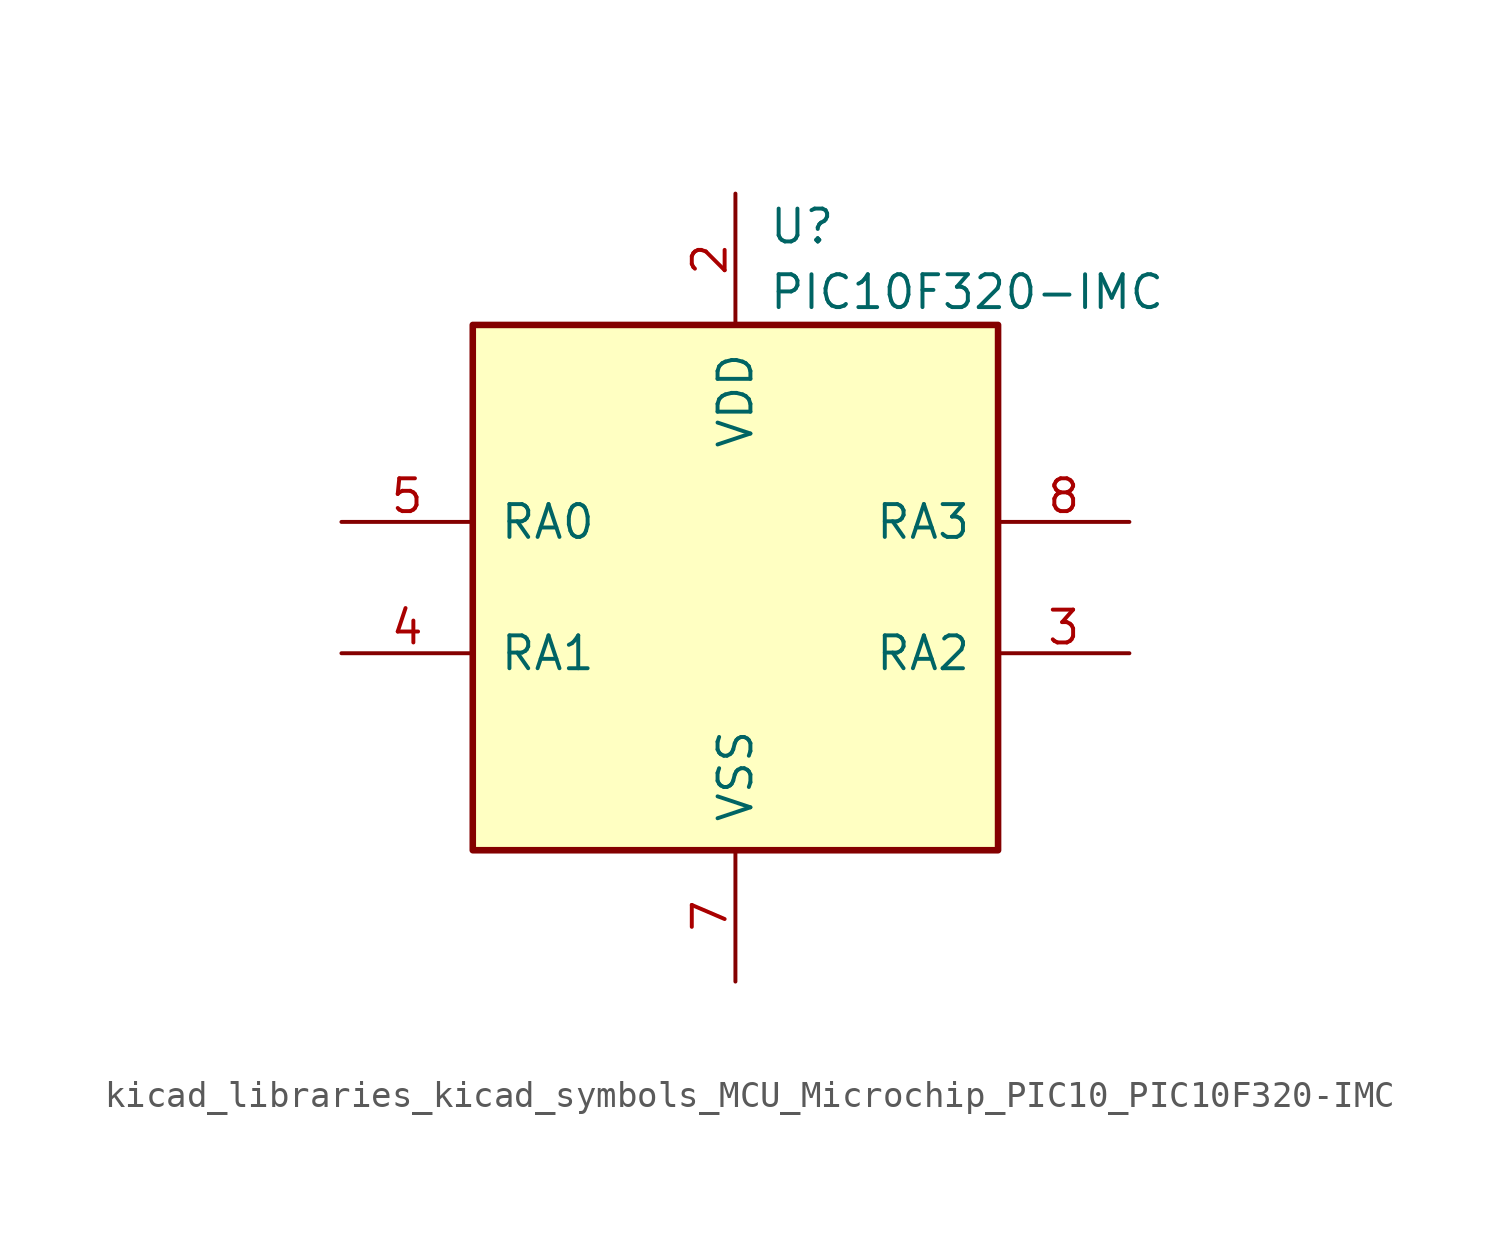
<source format=kicad_sym>
(kicad_symbol_lib
  (version 20220914)
  (generator kicad_symbol_editor)
  (symbol "kicad_libraries_kicad_symbols_MCU_Microchip_PIC10_PIC10F320-IMC"
    (pin_names
      (offset 1.016))
    (property "Reference" "U"
      (at 1.27 13.97 0)
      (effects (font (size 1.27 1.27)) (justify left)))
    (property "Value" "PIC10F320-IMC"
      (at 1.27 11.43 0)
      (effects (font (size 1.27 1.27)) (justify left)))
    (symbol "kicad_libraries_kicad_symbols_MCU_Microchip_PIC10_PIC10F320-IMC_0_1"
      (rectangle (start -10.16 10.16) (end 10.16 -10.16) (stroke (width 0.254) (type default)) (fill (type background))))
    (symbol "kicad_libraries_kicad_symbols_MCU_Microchip_PIC10_PIC10F320-IMC_1_1"
      (pin power_in line (at 0 15.24 270) (length 5.08) (name "VDD" (effects (font (size 1.27 1.27)))) (number "2" (effects (font (size 1.27 1.27)))))
      (pin bidirectional line (at 15.24 -2.54 180) (length 5.08) (name "RA2" (effects (font (size 1.27 1.27)))) (number "3" (effects (font (size 1.27 1.27)))))
      (pin bidirectional line (at -15.24 -2.54 0) (length 5.08) (name "RA1" (effects (font (size 1.27 1.27)))) (number "4" (effects (font (size 1.27 1.27)))))
      (pin bidirectional line (at -15.24 2.54 0) (length 5.08) (name "RA0" (effects (font (size 1.27 1.27)))) (number "5" (effects (font (size 1.27 1.27)))))
      (pin power_in line (at 0 -15.24 90) (length 5.08) (name "VSS" (effects (font (size 1.27 1.27)))) (number "7" (effects (font (size 1.27 1.27)))))
      (pin input line (at 15.24 2.54 180) (length 5.08) (name "RA3" (effects (font (size 1.27 1.27)))) (number "8" (effects (font (size 1.27 1.27))))))))
</source>
